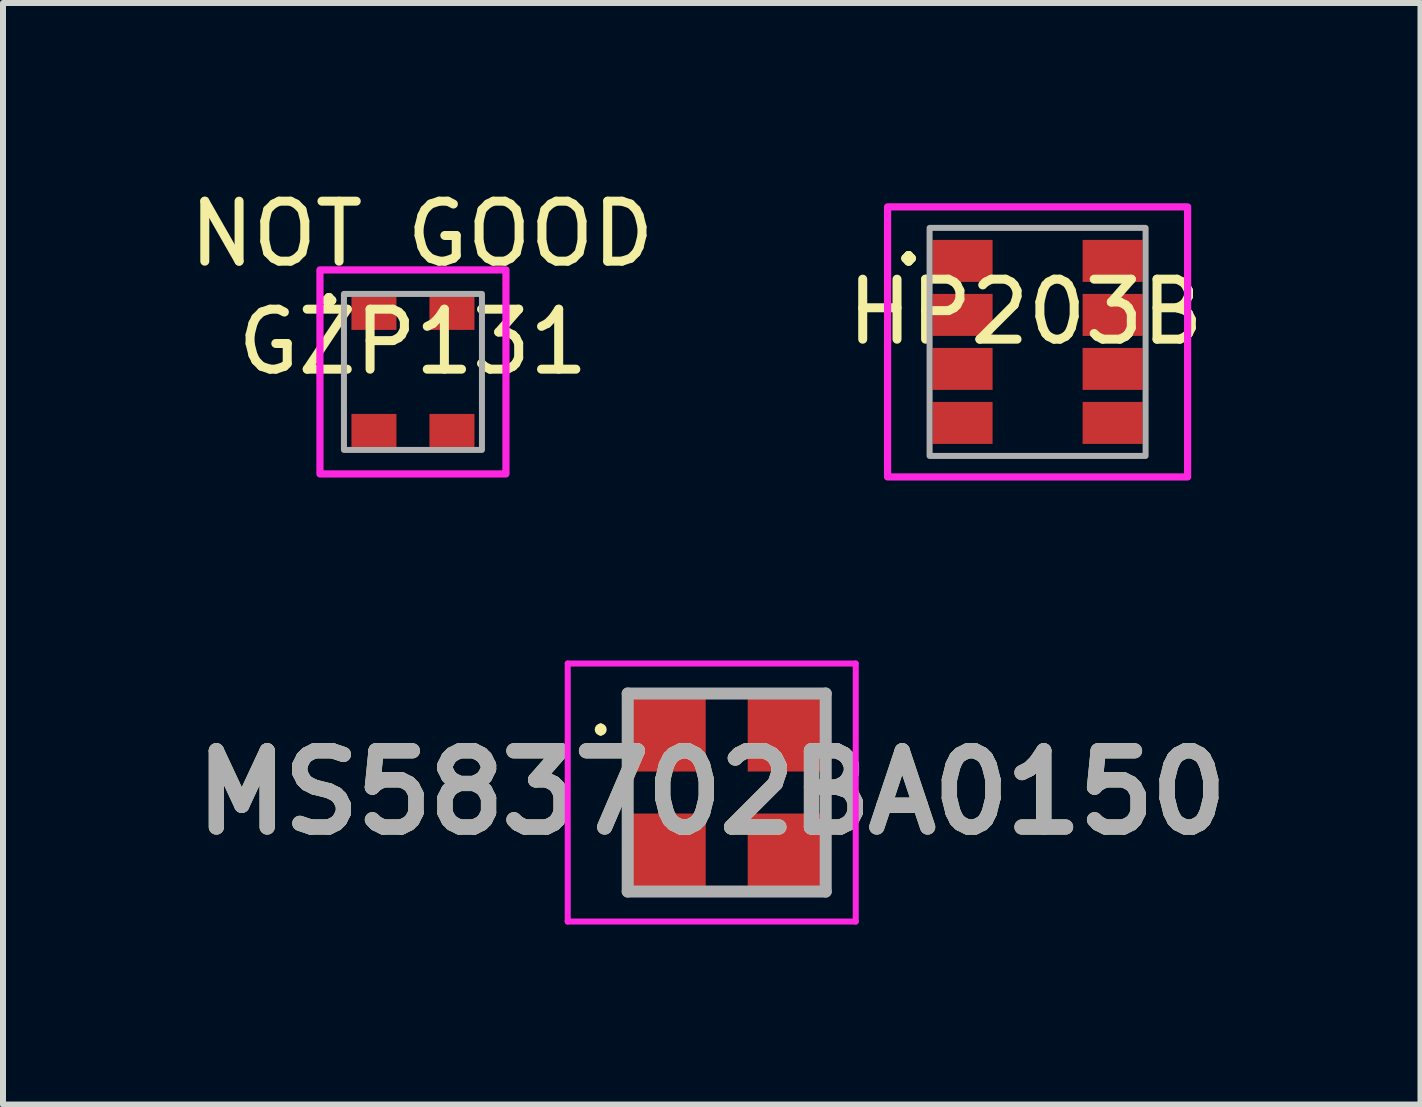
<source format=kicad_pcb>
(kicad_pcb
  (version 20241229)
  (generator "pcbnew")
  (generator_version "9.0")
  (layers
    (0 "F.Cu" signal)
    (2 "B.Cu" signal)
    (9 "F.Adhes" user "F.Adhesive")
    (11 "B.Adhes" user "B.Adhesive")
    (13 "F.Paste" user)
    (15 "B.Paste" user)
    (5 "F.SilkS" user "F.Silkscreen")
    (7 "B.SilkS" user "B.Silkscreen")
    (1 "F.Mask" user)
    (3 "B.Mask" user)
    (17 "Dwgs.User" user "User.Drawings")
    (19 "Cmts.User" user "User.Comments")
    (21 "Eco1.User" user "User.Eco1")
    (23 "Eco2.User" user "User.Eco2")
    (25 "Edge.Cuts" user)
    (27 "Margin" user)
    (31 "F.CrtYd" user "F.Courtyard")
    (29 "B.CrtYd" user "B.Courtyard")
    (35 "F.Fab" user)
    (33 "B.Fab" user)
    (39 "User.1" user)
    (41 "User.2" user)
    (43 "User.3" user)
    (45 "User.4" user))
  (footprint "MS583702BA0150"
    (layer "F.Cu")
    (at 9.061 10.158)
    (property "Reference" "MS583702BA0150" (at -0.25 0 0) (layer "F.SilkS") (effects (font (size 1.27 1.27) (thickness 0.254))))
    (attr smd)
    (fp_line (start -2.1 -1.1) (end -2.1 -1.1) (stroke (width 0.1) (type solid)) (layer "F.SilkS"))
    (fp_line (start -2.1 -1) (end -2.1 -1) (stroke (width 0.1) (type solid)) (layer "F.SilkS"))
    (fp_line (start -1.65 -0.2) (end -1.65 0.2) (stroke (width 0.1) (type solid)) (layer "F.SilkS"))
    (fp_line (start -0.2 -1.65) (end 0.2 -1.65) (stroke (width 0.1) (type solid)) (layer "F.SilkS"))
    (fp_line (start -0.2 1.65) (end 0.2 1.65) (stroke (width 0.1) (type solid)) (layer "F.SilkS"))
    (fp_line (start 1.65 -0.2) (end 1.65 0.2) (stroke (width 0.1) (type solid)) (layer "F.SilkS"))
    (fp_arc (start -2.1 -1.1) (mid -2.05 -1.05) (end -2.1 -1) (stroke (width 0.1) (type solid)) (layer "F.SilkS"))
    (fp_arc (start -2.1 -1) (mid -2.15 -1.05) (end -2.1 -1.1) (stroke (width 0.1) (type solid)) (layer "F.SilkS"))
    (fp_line (start -2.65 -2.15) (end 2.15 -2.15) (stroke (width 0.1) (type solid)) (layer "F.CrtYd"))
    (fp_line (start -2.65 2.15) (end -2.65 -2.15) (stroke (width 0.1) (type solid)) (layer "F.CrtYd"))
    (fp_line (start 2.15 -2.15) (end 2.15 2.15) (stroke (width 0.1) (type solid)) (layer "F.CrtYd"))
    (fp_line (start 2.15 2.15) (end -2.65 2.15) (stroke (width 0.1) (type solid)) (layer "F.CrtYd"))
    (fp_line (start -1.65 -1.65) (end 1.65 -1.65) (stroke (width 0.2) (type solid)) (layer "F.Fab"))
    (fp_line (start -1.65 1.65) (end -1.65 -1.65) (stroke (width 0.2) (type solid)) (layer "F.Fab"))
    (fp_line (start 1.65 -1.65) (end 1.65 1.65) (stroke (width 0.2) (type solid)) (layer "F.Fab"))
    (fp_line (start 1.65 1.65) (end -1.65 1.65) (stroke (width 0.2) (type solid)) (layer "F.Fab"))
    (fp_text user "${REFERENCE}" (at -0.25 0 0) (layer "F.Fab") (effects (font (size 1.27 1.27) (thickness 0.254))))
    (pad "1" smd rect (at -1 -1 90) (size 1.3 1.3) (layers "F.Cu" "F.Mask" "F.Paste"))
    (pad "2" smd rect (at -1 1 90) (size 1.3 1.3) (layers "F.Cu" "F.Mask" "F.Paste"))
    (pad "3" smd rect (at 1 1 90) (size 1.3 1.3) (layers "F.Cu" "F.Mask" "F.Paste"))
    (pad "4" smd rect (at 1 -1 90) (size 1.3 1.3) (layers "F.Cu" "F.Mask" "F.Paste")))
  (footprint "GZP131"
    (layer "F.Cu")
    (at 3.832 3.148)
    (property "Reference" "GZP131" (at 0 -0.5 0) (unlocked yes) (layer "F.SilkS") (effects (font (size 1 1) (thickness 0.15))))
    (attr smd)
    (fp_rect (start -1.55 -1.7) (end 1.55 1.7) (stroke (width 0.12) (type solid)) (fill no) (layer "F.CrtYd"))
    (fp_rect (start -1.15 -1.3) (end 1.15 1.3) (stroke (width 0.1) (type solid)) (fill no) (layer "F.Fab"))
    (fp_text user "." (at -1.4 -1.6 0) (unlocked yes) (layer "F.SilkS") (effects (font (size 1 1) (thickness 0.15))))
    (fp_text user "NOT GOOD" (at 0.15 -2.3 0) (unlocked yes) (layer "F.SilkS") (effects (font (size 1 1) (thickness 0.15))))
    (pad "1" smd rect (at -0.65 -0.975) (size 0.75 0.55) (layers "F.Cu" "F.Mask" "F.Paste"))
    (pad "2" smd rect (at -0.65 0.975) (size 0.75 0.55) (layers "F.Cu" "F.Mask" "F.Paste"))
    (pad "3" smd rect (at 0.65 0.975) (size 0.75 0.55) (layers "F.Cu" "F.Mask" "F.Paste"))
    (pad "4" smd rect (at 0.65 -0.975) (size 0.75 0.55) (layers "F.Cu" "F.Mask" "F.Paste")))
  (footprint "HP203B"
    (layer "F.Cu")
    (at 14.242 2.648)
    (property "Reference" "HP203B" (at -0.2 -0.5 0) (unlocked yes) (layer "F.SilkS") (effects (font (size 1 1) (thickness 0.15))))
    (attr smd)
    (fp_rect (start -2.5 -2.25) (end 2.5 2.25) (stroke (width 0.12) (type solid)) (fill no) (layer "F.CrtYd"))
    (fp_rect (start -1.8 -1.9) (end 1.8 1.9) (stroke (width 0.1) (type solid)) (fill no) (layer "F.Fab"))
    (fp_text user "." (at -2.15 -1.8 0) (unlocked yes) (layer "F.SilkS") (effects (font (size 1 1) (thickness 0.15))))
    (pad "1" smd rect (at -1.25 -1.35) (size 1 0.7) (layers "F.Cu" "F.Mask" "F.Paste"))
    (pad "2" smd rect (at -1.25 -0.45) (size 1 0.7) (layers "F.Cu" "F.Mask" "F.Paste"))
    (pad "3" smd rect (at -1.25 0.45) (size 1 0.7) (layers "F.Cu" "F.Mask" "F.Paste"))
    (pad "4" smd rect (at -1.25 1.35) (size 1 0.7) (layers "F.Cu" "F.Mask" "F.Paste"))
    (pad "5" smd rect (at 1.25 1.35) (size 1 0.7) (layers "F.Cu" "F.Mask" "F.Paste"))
    (pad "6" smd rect (at 1.25 0.45) (size 1 0.7) (layers "F.Cu" "F.Mask" "F.Paste"))
    (pad "7" smd rect (at 1.25 -0.45) (size 1 0.7) (layers "F.Cu" "F.Mask" "F.Paste"))
    (pad "8" smd rect (at 1.25 -1.35) (size 1 0.7) (layers "F.Cu" "F.Mask" "F.Paste")))
  (gr_rect
    (start -3 -3)
    (end 20.623 15.358)
    (stroke (width 0.1) (type default))
    (fill no)
    (layer "Edge.Cuts")))
</source>
